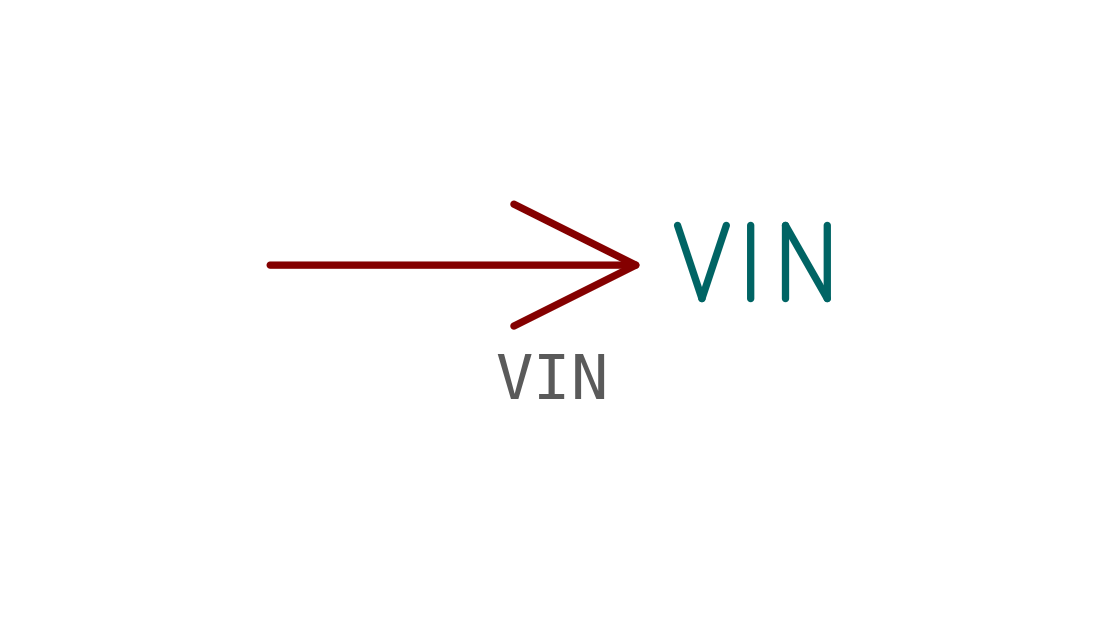
<source format=kicad_sym>
(kicad_symbol_lib
  (version 20220914)
  (generator kicad_symbol_editor)
  (symbol "VIN"
    (power)
    (pin_numbers hide)
    (pin_names
      (offset 0))
    (property "Reference" ""
      (at 2.54 -1.27 0)
      (effects (font (size 1.524 1.524)) hide))
    (property "Value" "VIN"
      (at 10.16 0 0)
      (do_not_autoplace)
      (effects (font (size 1.524 1.524))))
    (property "Footprint" ""
      (at 0 0 0)
      (effects (font (size 1.524 1.524))))
    (property "Datasheet" ""
      (at 0 0 0)
      (effects (font (size 1.524 1.524))))
    (symbol "VIN_0_1"
      (polyline (pts (xy 0 0) (xy 7.62 0)) (stroke (width 0) (type solid)) (fill (type none)))
      (polyline (pts (xy 5.08 1.27) (xy 7.62 0) (xy 5.08 -1.27)) (stroke (width 0) (type solid)) (fill (type none))))
    (symbol "VIN_1_1"
      (pin power_in line (at 0 0 0) (length 5.08) hide (name "+VIN" (effects (font (size 1.27 1.27)))) (number "~" (effects (font (size 1.27 1.27))))))))
</source>
